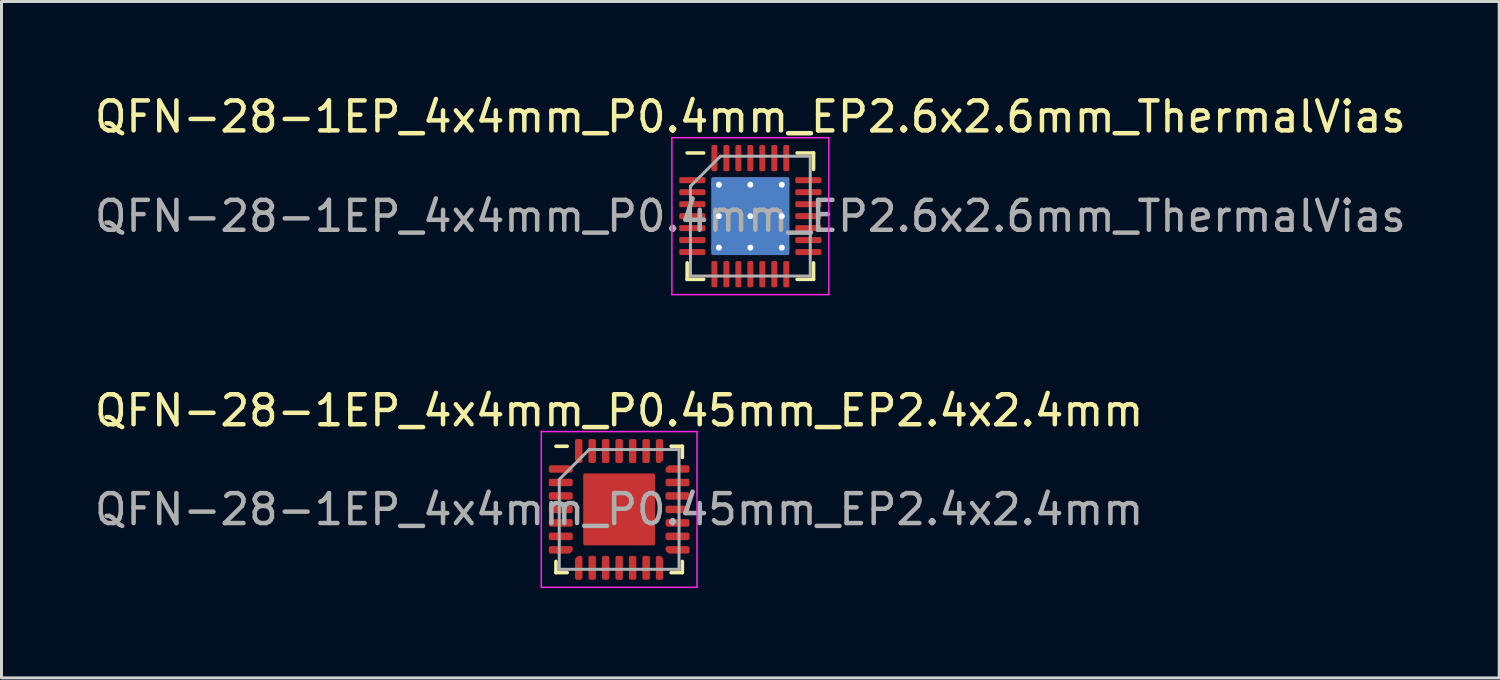
<source format=kicad_pcb>
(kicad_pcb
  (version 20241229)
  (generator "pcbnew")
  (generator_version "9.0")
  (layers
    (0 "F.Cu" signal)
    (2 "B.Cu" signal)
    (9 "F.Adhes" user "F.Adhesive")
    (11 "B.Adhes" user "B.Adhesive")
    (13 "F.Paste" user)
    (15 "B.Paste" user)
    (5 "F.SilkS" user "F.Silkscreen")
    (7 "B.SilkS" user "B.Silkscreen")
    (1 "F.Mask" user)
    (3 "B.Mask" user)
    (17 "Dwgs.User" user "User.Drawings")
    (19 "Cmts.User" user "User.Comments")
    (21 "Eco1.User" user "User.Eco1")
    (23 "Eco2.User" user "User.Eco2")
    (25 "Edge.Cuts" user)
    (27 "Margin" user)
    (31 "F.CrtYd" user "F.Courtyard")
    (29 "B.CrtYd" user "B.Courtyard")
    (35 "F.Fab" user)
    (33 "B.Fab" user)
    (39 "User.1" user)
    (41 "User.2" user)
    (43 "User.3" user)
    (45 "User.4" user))
  (footprint "QFN-28-1EP_4x4mm_P0.45mm_EP2.4x2.4mm"
    (layer "F.Cu")
    (at 17.625 13.961)
    (property "Reference" "QFN-28-1EP_4x4mm_P0.45mm_EP2.4x2.4mm" (at 0 -3.3 0) (layer "F.SilkS") (effects (font (size 1 1) (thickness 0.15))))
    (attr smd)
    (fp_line (start -2.11 2.11) (end -2.11 1.735) (stroke (width 0.12) (type solid)) (layer "F.SilkS"))
    (fp_line (start -1.735 -2.11) (end -2.11 -2.11) (stroke (width 0.12) (type solid)) (layer "F.SilkS"))
    (fp_line (start -1.735 2.11) (end -2.11 2.11) (stroke (width 0.12) (type solid)) (layer "F.SilkS"))
    (fp_line (start 1.735 -2.11) (end 2.11 -2.11) (stroke (width 0.12) (type solid)) (layer "F.SilkS"))
    (fp_line (start 1.735 2.11) (end 2.11 2.11) (stroke (width 0.12) (type solid)) (layer "F.SilkS"))
    (fp_line (start 2.11 -2.11) (end 2.11 -1.735) (stroke (width 0.12) (type solid)) (layer "F.SilkS"))
    (fp_line (start 2.11 2.11) (end 2.11 1.735) (stroke (width 0.12) (type solid)) (layer "F.SilkS"))
    (fp_line (start -2.6 -2.6) (end -2.6 2.6) (stroke (width 0.05) (type solid)) (layer "F.CrtYd"))
    (fp_line (start -2.6 2.6) (end 2.6 2.6) (stroke (width 0.05) (type solid)) (layer "F.CrtYd"))
    (fp_line (start 2.6 -2.6) (end -2.6 -2.6) (stroke (width 0.05) (type solid)) (layer "F.CrtYd"))
    (fp_line (start 2.6 2.6) (end 2.6 -2.6) (stroke (width 0.05) (type solid)) (layer "F.CrtYd"))
    (fp_line (start -2 -1) (end -1 -2) (stroke (width 0.1) (type solid)) (layer "F.Fab"))
    (fp_line (start -2 2) (end -2 -1) (stroke (width 0.1) (type solid)) (layer "F.Fab"))
    (fp_line (start -1 -2) (end 2 -2) (stroke (width 0.1) (type solid)) (layer "F.Fab"))
    (fp_line (start 2 -2) (end 2 2) (stroke (width 0.1) (type solid)) (layer "F.Fab"))
    (fp_line (start 2 2) (end -2 2) (stroke (width 0.1) (type solid)) (layer "F.Fab"))
    (fp_text user "${REFERENCE}" (at 0 0 0) (layer "F.Fab") (effects (font (size 1 1) (thickness 0.15))))
    (pad "" smd roundrect (at -0.6 -0.6) (size 0.97 0.97) (layers "F.Paste") (roundrect_rratio 0.25))
    (pad "" smd roundrect (at -0.6 0.6) (size 0.97 0.97) (layers "F.Paste") (roundrect_rratio 0.25))
    (pad "" smd roundrect (at 0.6 -0.6) (size 0.97 0.97) (layers "F.Paste") (roundrect_rratio 0.25))
    (pad "" smd roundrect (at 0.6 0.6) (size 0.97 0.97) (layers "F.Paste") (roundrect_rratio 0.25))
    (pad "1" smd custom (at -1.95 -1.35) (size 0.179 0.179) (layers "F.Cu" "F.Mask" "F.Paste") (options (anchor circle)) (primitives (gr_poly (pts (xy -0.338 -0.062) (xy 0.274 -0.062) (xy 0.338 0.001) (xy 0.338 0.062) (xy -0.338 0.062)) (width 0.125) (fill yes))))
    (pad "2" smd roundrect (at -1.95 -0.9) (size 0.8 0.25) (layers "F.Cu" "F.Mask" "F.Paste") (roundrect_rratio 0.25))
    (pad "3" smd roundrect (at -1.95 -0.45) (size 0.8 0.25) (layers "F.Cu" "F.Mask" "F.Paste") (roundrect_rratio 0.25))
    (pad "4" smd roundrect (at -1.95 0) (size 0.8 0.25) (layers "F.Cu" "F.Mask" "F.Paste") (roundrect_rratio 0.25))
    (pad "5" smd roundrect (at -1.95 0.45) (size 0.8 0.25) (layers "F.Cu" "F.Mask" "F.Paste") (roundrect_rratio 0.25))
    (pad "6" smd roundrect (at -1.95 0.9) (size 0.8 0.25) (layers "F.Cu" "F.Mask" "F.Paste") (roundrect_rratio 0.25))
    (pad "7" smd custom (at -1.95 1.35) (size 0.179 0.179) (layers "F.Cu" "F.Mask" "F.Paste") (options (anchor circle)) (primitives (gr_poly (pts (xy -0.338 -0.062) (xy 0.338 -0.062) (xy 0.338 -0.001) (xy 0.274 0.062) (xy -0.338 0.062)) (width 0.125) (fill yes))))
    (pad "8" smd custom (at -1.35 1.95) (size 0.179 0.179) (layers "F.Cu" "F.Mask" "F.Paste") (options (anchor circle)) (primitives (gr_poly (pts (xy -0.062 -0.274) (xy 0.001 -0.338) (xy 0.062 -0.338) (xy 0.062 0.338) (xy -0.062 0.338)) (width 0.125) (fill yes))))
    (pad "9" smd roundrect (at -0.9 1.95) (size 0.25 0.8) (layers "F.Cu" "F.Mask" "F.Paste") (roundrect_rratio 0.25))
    (pad "10" smd roundrect (at -0.45 1.95) (size 0.25 0.8) (layers "F.Cu" "F.Mask" "F.Paste") (roundrect_rratio 0.25))
    (pad "11" smd roundrect (at 0 1.95) (size 0.25 0.8) (layers "F.Cu" "F.Mask" "F.Paste") (roundrect_rratio 0.25))
    (pad "12" smd roundrect (at 0.45 1.95) (size 0.25 0.8) (layers "F.Cu" "F.Mask" "F.Paste") (roundrect_rratio 0.25))
    (pad "13" smd roundrect (at 0.9 1.95) (size 0.25 0.8) (layers "F.Cu" "F.Mask" "F.Paste") (roundrect_rratio 0.25))
    (pad "14" smd custom (at 1.35 1.95) (size 0.179 0.179) (layers "F.Cu" "F.Mask" "F.Paste") (options (anchor circle)) (primitives (gr_poly (pts (xy -0.062 -0.338) (xy -0.001 -0.338) (xy 0.062 -0.274) (xy 0.062 0.338) (xy -0.062 0.338)) (width 0.125) (fill yes))))
    (pad "15" smd custom (at 1.95 1.35) (size 0.179 0.179) (layers "F.Cu" "F.Mask" "F.Paste") (options (anchor circle)) (primitives (gr_poly (pts (xy -0.338 -0.062) (xy 0.338 -0.062) (xy 0.338 0.062) (xy -0.274 0.062) (xy -0.338 -0.001)) (width 0.125) (fill yes))))
    (pad "16" smd roundrect (at 1.95 0.9) (size 0.8 0.25) (layers "F.Cu" "F.Mask" "F.Paste") (roundrect_rratio 0.25))
    (pad "17" smd roundrect (at 1.95 0.45) (size 0.8 0.25) (layers "F.Cu" "F.Mask" "F.Paste") (roundrect_rratio 0.25))
    (pad "18" smd roundrect (at 1.95 0) (size 0.8 0.25) (layers "F.Cu" "F.Mask" "F.Paste") (roundrect_rratio 0.25))
    (pad "19" smd roundrect (at 1.95 -0.45) (size 0.8 0.25) (layers "F.Cu" "F.Mask" "F.Paste") (roundrect_rratio 0.25))
    (pad "20" smd roundrect (at 1.95 -0.9) (size 0.8 0.25) (layers "F.Cu" "F.Mask" "F.Paste") (roundrect_rratio 0.25))
    (pad "21" smd custom (at 1.95 -1.35) (size 0.179 0.179) (layers "F.Cu" "F.Mask" "F.Paste") (options (anchor circle)) (primitives (gr_poly (pts (xy -0.338 0.001) (xy -0.274 -0.062) (xy 0.338 -0.062) (xy 0.338 0.062) (xy -0.338 0.062)) (width 0.125) (fill yes))))
    (pad "22" smd custom (at 1.35 -1.95) (size 0.179 0.179) (layers "F.Cu" "F.Mask" "F.Paste") (options (anchor circle)) (primitives (gr_poly (pts (xy -0.062 -0.338) (xy 0.062 -0.338) (xy 0.062 0.274) (xy -0.001 0.338) (xy -0.062 0.338)) (width 0.125) (fill yes))))
    (pad "23" smd roundrect (at 0.9 -1.95) (size 0.25 0.8) (layers "F.Cu" "F.Mask" "F.Paste") (roundrect_rratio 0.25))
    (pad "24" smd roundrect (at 0.45 -1.95) (size 0.25 0.8) (layers "F.Cu" "F.Mask" "F.Paste") (roundrect_rratio 0.25))
    (pad "25" smd roundrect (at 0 -1.95) (size 0.25 0.8) (layers "F.Cu" "F.Mask" "F.Paste") (roundrect_rratio 0.25))
    (pad "26" smd roundrect (at -0.45 -1.95) (size 0.25 0.8) (layers "F.Cu" "F.Mask" "F.Paste") (roundrect_rratio 0.25))
    (pad "27" smd roundrect (at -0.9 -1.95) (size 0.25 0.8) (layers "F.Cu" "F.Mask" "F.Paste") (roundrect_rratio 0.25))
    (pad "28" smd custom (at -1.35 -1.95) (size 0.179 0.179) (layers "F.Cu" "F.Mask" "F.Paste") (options (anchor circle)) (primitives (gr_poly (pts (xy -0.062 -0.338) (xy 0.062 -0.338) (xy 0.062 0.338) (xy 0.001 0.338) (xy -0.062 0.274)) (width 0.125) (fill yes))))
    (pad "29" smd roundrect (at 0 0) (size 2.4 2.4) (layers "F.Cu" "F.Mask") (roundrect_rratio 0.026)))
  (footprint "QFN-28-1EP_4x4mm_P0.4mm_EP2.6x2.6mm_ThermalVias"
    (layer "F.Cu")
    (at 22.006 4.168)
    (property "Reference" "QFN-28-1EP_4x4mm_P0.4mm_EP2.6x2.6mm_ThermalVias" (at 0 -3.32 0) (layer "F.SilkS") (effects (font (size 1 1) (thickness 0.15))))
    (attr smd)
    (fp_line (start -2.11 2.11) (end -2.11 1.56) (stroke (width 0.12) (type solid)) (layer "F.SilkS"))
    (fp_line (start -1.56 -2.11) (end -2.11 -2.11) (stroke (width 0.12) (type solid)) (layer "F.SilkS"))
    (fp_line (start -1.56 2.11) (end -2.11 2.11) (stroke (width 0.12) (type solid)) (layer "F.SilkS"))
    (fp_line (start 1.56 -2.11) (end 2.11 -2.11) (stroke (width 0.12) (type solid)) (layer "F.SilkS"))
    (fp_line (start 1.56 2.11) (end 2.11 2.11) (stroke (width 0.12) (type solid)) (layer "F.SilkS"))
    (fp_line (start 2.11 -2.11) (end 2.11 -1.56) (stroke (width 0.12) (type solid)) (layer "F.SilkS"))
    (fp_line (start 2.11 2.11) (end 2.11 1.56) (stroke (width 0.12) (type solid)) (layer "F.SilkS"))
    (fp_line (start -2.62 -2.62) (end -2.62 2.62) (stroke (width 0.05) (type solid)) (layer "F.CrtYd"))
    (fp_line (start -2.62 2.62) (end 2.62 2.62) (stroke (width 0.05) (type solid)) (layer "F.CrtYd"))
    (fp_line (start 2.62 -2.62) (end -2.62 -2.62) (stroke (width 0.05) (type solid)) (layer "F.CrtYd"))
    (fp_line (start 2.62 2.62) (end 2.62 -2.62) (stroke (width 0.05) (type solid)) (layer "F.CrtYd"))
    (fp_line (start -2 -1) (end -1 -2) (stroke (width 0.1) (type solid)) (layer "F.Fab"))
    (fp_line (start -2 2) (end -2 -1) (stroke (width 0.1) (type solid)) (layer "F.Fab"))
    (fp_line (start -1 -2) (end 2 -2) (stroke (width 0.1) (type solid)) (layer "F.Fab"))
    (fp_line (start 2 -2) (end 2 2) (stroke (width 0.1) (type solid)) (layer "F.Fab"))
    (fp_line (start 2 2) (end -2 2) (stroke (width 0.1) (type solid)) (layer "F.Fab"))
    (fp_text user "${REFERENCE}" (at 0 0 0) (layer "F.Fab") (effects (font (size 1 1) (thickness 0.15))))
    (pad "" smd roundrect (at -0.65 -0.65) (size 1.13 1.13) (layers "F.Paste") (roundrect_rratio 0.221))
    (pad "" smd roundrect (at -0.65 0.65) (size 1.13 1.13) (layers "F.Paste") (roundrect_rratio 0.221))
    (pad "" smd roundrect (at 0.65 -0.65) (size 1.13 1.13) (layers "F.Paste") (roundrect_rratio 0.221))
    (pad "" smd roundrect (at 0.65 0.65) (size 1.13 1.13) (layers "F.Paste") (roundrect_rratio 0.221))
    (pad "1" smd roundrect (at -1.938 -1.2) (size 0.875 0.2) (layers "F.Cu" "F.Mask" "F.Paste") (roundrect_rratio 0.25))
    (pad "2" smd roundrect (at -1.938 -0.8) (size 0.875 0.2) (layers "F.Cu" "F.Mask" "F.Paste") (roundrect_rratio 0.25))
    (pad "3" smd roundrect (at -1.938 -0.4) (size 0.875 0.2) (layers "F.Cu" "F.Mask" "F.Paste") (roundrect_rratio 0.25))
    (pad "4" smd roundrect (at -1.938 0) (size 0.875 0.2) (layers "F.Cu" "F.Mask" "F.Paste") (roundrect_rratio 0.25))
    (pad "5" smd roundrect (at -1.938 0.4) (size 0.875 0.2) (layers "F.Cu" "F.Mask" "F.Paste") (roundrect_rratio 0.25))
    (pad "6" smd roundrect (at -1.938 0.8) (size 0.875 0.2) (layers "F.Cu" "F.Mask" "F.Paste") (roundrect_rratio 0.25))
    (pad "7" smd roundrect (at -1.938 1.2) (size 0.875 0.2) (layers "F.Cu" "F.Mask" "F.Paste") (roundrect_rratio 0.25))
    (pad "8" smd roundrect (at -1.2 1.938) (size 0.2 0.875) (layers "F.Cu" "F.Mask" "F.Paste") (roundrect_rratio 0.25))
    (pad "9" smd roundrect (at -0.8 1.938) (size 0.2 0.875) (layers "F.Cu" "F.Mask" "F.Paste") (roundrect_rratio 0.25))
    (pad "10" smd roundrect (at -0.4 1.938) (size 0.2 0.875) (layers "F.Cu" "F.Mask" "F.Paste") (roundrect_rratio 0.25))
    (pad "11" smd roundrect (at 0 1.938) (size 0.2 0.875) (layers "F.Cu" "F.Mask" "F.Paste") (roundrect_rratio 0.25))
    (pad "12" smd roundrect (at 0.4 1.938) (size 0.2 0.875) (layers "F.Cu" "F.Mask" "F.Paste") (roundrect_rratio 0.25))
    (pad "13" smd roundrect (at 0.8 1.938) (size 0.2 0.875) (layers "F.Cu" "F.Mask" "F.Paste") (roundrect_rratio 0.25))
    (pad "14" smd roundrect (at 1.2 1.938) (size 0.2 0.875) (layers "F.Cu" "F.Mask" "F.Paste") (roundrect_rratio 0.25))
    (pad "15" smd roundrect (at 1.938 1.2) (size 0.875 0.2) (layers "F.Cu" "F.Mask" "F.Paste") (roundrect_rratio 0.25))
    (pad "16" smd roundrect (at 1.938 0.8) (size 0.875 0.2) (layers "F.Cu" "F.Mask" "F.Paste") (roundrect_rratio 0.25))
    (pad "17" smd roundrect (at 1.938 0.4) (size 0.875 0.2) (layers "F.Cu" "F.Mask" "F.Paste") (roundrect_rratio 0.25))
    (pad "18" smd roundrect (at 1.938 0) (size 0.875 0.2) (layers "F.Cu" "F.Mask" "F.Paste") (roundrect_rratio 0.25))
    (pad "19" smd roundrect (at 1.938 -0.4) (size 0.875 0.2) (layers "F.Cu" "F.Mask" "F.Paste") (roundrect_rratio 0.25))
    (pad "20" smd roundrect (at 1.938 -0.8) (size 0.875 0.2) (layers "F.Cu" "F.Mask" "F.Paste") (roundrect_rratio 0.25))
    (pad "21" smd roundrect (at 1.938 -1.2) (size 0.875 0.2) (layers "F.Cu" "F.Mask" "F.Paste") (roundrect_rratio 0.25))
    (pad "22" smd roundrect (at 1.2 -1.938) (size 0.2 0.875) (layers "F.Cu" "F.Mask" "F.Paste") (roundrect_rratio 0.25))
    (pad "23" smd roundrect (at 0.8 -1.938) (size 0.2 0.875) (layers "F.Cu" "F.Mask" "F.Paste") (roundrect_rratio 0.25))
    (pad "24" smd roundrect (at 0.4 -1.938) (size 0.2 0.875) (layers "F.Cu" "F.Mask" "F.Paste") (roundrect_rratio 0.25))
    (pad "25" smd roundrect (at 0 -1.938) (size 0.2 0.875) (layers "F.Cu" "F.Mask" "F.Paste") (roundrect_rratio 0.25))
    (pad "26" smd roundrect (at -0.4 -1.938) (size 0.2 0.875) (layers "F.Cu" "F.Mask" "F.Paste") (roundrect_rratio 0.25))
    (pad "27" smd roundrect (at -0.8 -1.938) (size 0.2 0.875) (layers "F.Cu" "F.Mask" "F.Paste") (roundrect_rratio 0.25))
    (pad "28" smd roundrect (at -1.2 -1.938) (size 0.2 0.875) (layers "F.Cu" "F.Mask" "F.Paste") (roundrect_rratio 0.25))
    (pad "29" thru_hole circle (at -1.05 -1.05) (size 0.5 0.5) (drill 0.2) (layers "*.Cu"))
    (pad "29" thru_hole circle (at -1.05 0) (size 0.5 0.5) (drill 0.2) (layers "*.Cu"))
    (pad "29" thru_hole circle (at -1.05 1.05) (size 0.5 0.5) (drill 0.2) (layers "*.Cu"))
    (pad "29" thru_hole circle (at 0 -1.05) (size 0.5 0.5) (drill 0.2) (layers "*.Cu"))
    (pad "29" thru_hole circle (at 0 0) (size 0.5 0.5) (drill 0.2) (layers "*.Cu"))
    (pad "29" smd roundrect (at 0 0) (size 2.6 2.6) (layers "F.Cu" "F.Mask") (roundrect_rratio 0.019))
    (pad "29" smd roundrect (at 0 0) (size 2.6 2.6) (layers "B.Cu") (roundrect_rratio 0.019))
    (pad "29" thru_hole circle (at 0 1.05) (size 0.5 0.5) (drill 0.2) (layers "*.Cu"))
    (pad "29" thru_hole circle (at 1.05 -1.05) (size 0.5 0.5) (drill 0.2) (layers "*.Cu"))
    (pad "29" thru_hole circle (at 1.05 0) (size 0.5 0.5) (drill 0.2) (layers "*.Cu"))
    (pad "29" thru_hole circle (at 1.05 1.05) (size 0.5 0.5) (drill 0.2) (layers "*.Cu")))
  (gr_rect
    (start -3 -3)
    (end 47.012 19.587)
    (stroke (width 0.1) (type default))
    (fill no)
    (layer "Edge.Cuts")))
</source>
